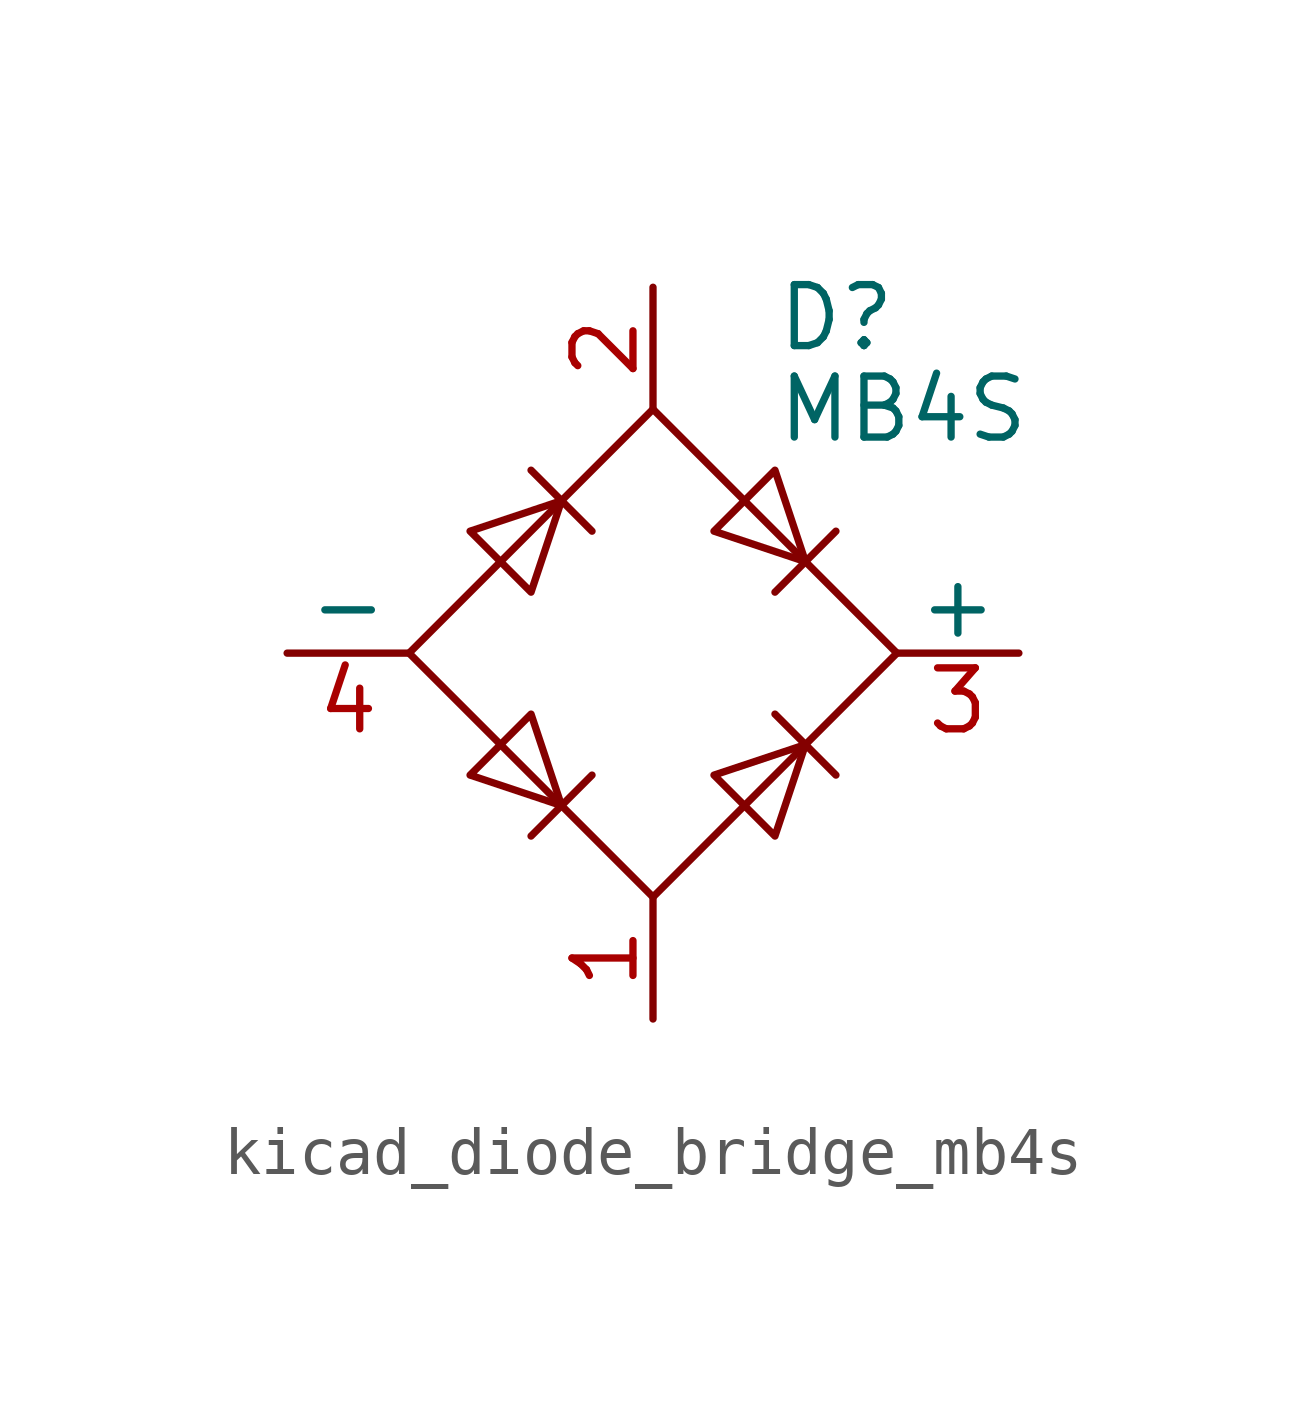
<source format=kicad_sym>
(kicad_symbol_lib
  (version 20220914)
  (generator kicad_symbol_editor)
  (symbol "kicad_diode_bridge_mb4s"
    (pin_names
      (offset 0))
    (property "Reference" "D"
      (at 2.54 6.985 0)
      (effects (font (size 1.27 1.27)) (justify left)))
    (property "Value" "MB4S"
      (at 2.54 5.08 0)
      (effects (font (size 1.27 1.27)) (justify left)))
    (symbol "kicad_diode_bridge_mb4s_0_1"
      (polyline (pts (xy -2.54 3.81) (xy -1.27 2.54)) (stroke (width 0) (type default)) (fill (type none)))
      (polyline (pts (xy -1.27 -2.54) (xy -2.54 -3.81)) (stroke (width 0) (type default)) (fill (type none)))
      (polyline (pts (xy 2.54 -1.27) (xy 3.81 -2.54)) (stroke (width 0) (type default)) (fill (type none)))
      (polyline (pts (xy 2.54 1.27) (xy 3.81 2.54)) (stroke (width 0) (type default)) (fill (type none)))
      (polyline (pts (xy -3.81 2.54) (xy -2.54 1.27) (xy -1.905 3.175) (xy -3.81 2.54)) (stroke (width 0) (type default)) (fill (type none)))
      (polyline (pts (xy -2.54 -1.27) (xy -3.81 -2.54) (xy -1.905 -3.175) (xy -2.54 -1.27)) (stroke (width 0) (type default)) (fill (type none)))
      (polyline (pts (xy 1.27 2.54) (xy 2.54 3.81) (xy 3.175 1.905) (xy 1.27 2.54)) (stroke (width 0) (type default)) (fill (type none)))
      (polyline (pts (xy 3.175 -1.905) (xy 1.27 -2.54) (xy 2.54 -3.81) (xy 3.175 -1.905)) (stroke (width 0) (type default)) (fill (type none)))
      (polyline (pts (xy -5.08 0) (xy 0 -5.08) (xy 5.08 0) (xy 0 5.08) (xy -5.08 0)) (stroke (width 0) (type default)) (fill (type none))))
    (symbol "kicad_diode_bridge_mb4s_1_1"
      (pin passive line (at 0 -7.62 90) (length 2.54) (name "~" (effects (font (size 1.27 1.27)))) (number "1" (effects (font (size 1.27 1.27)))))
      (pin passive line (at 0 7.62 270) (length 2.54) (name "~" (effects (font (size 1.27 1.27)))) (number "2" (effects (font (size 1.27 1.27)))))
      (pin passive line (at 7.62 0 180) (length 2.54) (name "+" (effects (font (size 1.27 1.27)))) (number "3" (effects (font (size 1.27 1.27)))))
      (pin passive line (at -7.62 0 0) (length 2.54) (name "-" (effects (font (size 1.27 1.27)))) (number "4" (effects (font (size 1.27 1.27))))))))
</source>
